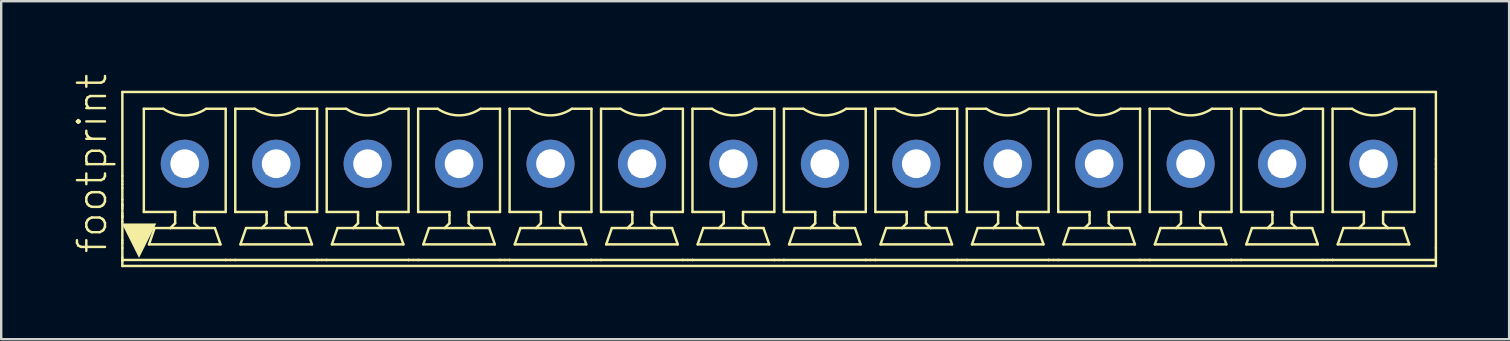
<source format=kicad_pcb>
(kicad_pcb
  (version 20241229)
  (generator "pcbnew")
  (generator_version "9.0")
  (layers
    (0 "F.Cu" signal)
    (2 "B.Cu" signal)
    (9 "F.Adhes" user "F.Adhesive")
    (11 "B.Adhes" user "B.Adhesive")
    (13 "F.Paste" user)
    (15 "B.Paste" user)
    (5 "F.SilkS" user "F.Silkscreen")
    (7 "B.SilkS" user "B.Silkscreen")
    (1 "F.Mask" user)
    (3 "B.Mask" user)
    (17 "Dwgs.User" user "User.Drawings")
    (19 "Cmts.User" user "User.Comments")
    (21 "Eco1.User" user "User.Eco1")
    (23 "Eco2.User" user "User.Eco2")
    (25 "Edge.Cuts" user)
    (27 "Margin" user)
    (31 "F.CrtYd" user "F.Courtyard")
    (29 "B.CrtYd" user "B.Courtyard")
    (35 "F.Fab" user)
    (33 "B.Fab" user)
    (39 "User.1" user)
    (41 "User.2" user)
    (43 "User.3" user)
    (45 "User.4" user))
  (footprint "footprint"
    (layer "F.Cu")
    (at 29.413 4.407)
    (property "Reference" "footprint" (at -27.94 3.175 90) (layer "F.SilkS") (effects (font (size 1.168 1.168) (thickness 0.102)) (justify left bottom)))
    (fp_line (start -27.365 -0.125) (end -27.365 -3.625) (stroke (width 0.102) (type solid)) (layer "F.SilkS"))
    (fp_line (start -27.365 0.086) (end -27.365 -0.125) (stroke (width 0.102) (type solid)) (layer "F.SilkS"))
    (fp_line (start -27.365 0.217) (end -27.365 0.086) (stroke (width 0.102) (type solid)) (layer "F.SilkS"))
    (fp_line (start -27.365 0.375) (end -27.365 0.217) (stroke (width 0.102) (type solid)) (layer "F.SilkS"))
    (fp_line (start -27.365 0.863) (end -27.365 0.375) (stroke (width 0.102) (type solid)) (layer "F.SilkS"))
    (fp_line (start -27.365 1.051) (end -27.365 0.863) (stroke (width 0.102) (type solid)) (layer "F.SilkS"))
    (fp_line (start -27.365 1.091) (end -27.365 1.051) (stroke (width 0.102) (type solid)) (layer "F.SilkS"))
    (fp_line (start -27.365 1.121) (end -27.365 1.091) (stroke (width 0.102) (type solid)) (layer "F.SilkS"))
    (fp_line (start -27.365 1.21) (end -27.365 1.121) (stroke (width 0.102) (type solid)) (layer "F.SilkS"))
    (fp_line (start -27.365 1.43) (end -27.365 1.21) (stroke (width 0.102) (type solid)) (layer "F.SilkS"))
    (fp_line (start -27.365 1.519) (end -27.365 1.43) (stroke (width 0.102) (type solid)) (layer "F.SilkS"))
    (fp_line (start -27.365 1.548) (end -27.365 1.519) (stroke (width 0.102) (type solid)) (layer "F.SilkS"))
    (fp_line (start -27.365 1.588) (end -27.365 1.548) (stroke (width 0.102) (type solid)) (layer "F.SilkS"))
    (fp_line (start -27.365 1.601) (end -27.365 1.588) (stroke (width 0.102) (type solid)) (layer "F.SilkS"))
    (fp_line (start -27.365 1.777) (end -27.365 1.601) (stroke (width 0.102) (type solid)) (layer "F.SilkS"))
    (fp_line (start -27.365 2.552) (end -27.365 1.777) (stroke (width 0.102) (type solid)) (layer "F.SilkS"))
    (fp_line (start -27.365 2.664) (end -27.365 2.552) (stroke (width 0.102) (type solid)) (layer "F.SilkS"))
    (fp_line (start -27.365 2.875) (end -27.365 2.664) (stroke (width 0.102) (type solid)) (layer "F.SilkS"))
    (fp_line (start -27.365 3.275) (end -27.365 2.875) (stroke (width 0.102) (type solid)) (layer "F.SilkS"))
    (fp_line (start -27.365 3.375) (end -27.365 3.275) (stroke (width 0.102) (type solid)) (layer "F.SilkS"))
    (fp_line (start -27.365 3.375) (end -23.061 3.375) (stroke (width 0.102) (type solid)) (layer "F.SilkS"))
    (fp_line (start -27.365 3.425) (end -27.365 3.375) (stroke (width 0.102) (type solid)) (layer "F.SilkS"))
    (fp_line (start -27.365 3.625) (end -27.365 3.425) (stroke (width 0.102) (type solid)) (layer "F.SilkS"))
    (fp_line (start -27.365 3.625) (end 27.365 3.625) (stroke (width 0.102) (type solid)) (layer "F.SilkS"))
    (fp_line (start -26.47 -2.925) (end -25.665 -2.925) (stroke (width 0.102) (type solid)) (layer "F.SilkS"))
    (fp_line (start -26.47 1.375) (end -26.47 -2.925) (stroke (width 0.102) (type solid)) (layer "F.SilkS"))
    (fp_line (start -26.255 2.725) (end -26.02 2.045) (stroke (width 0.102) (type solid)) (layer "F.SilkS"))
    (fp_line (start -26.02 2.045) (end -25.365 2.045) (stroke (width 0.102) (type solid)) (layer "F.SilkS"))
    (fp_line (start -25.365 2.045) (end -25.165 1.845) (stroke (width 0.102) (type solid)) (layer "F.SilkS"))
    (fp_line (start -25.365 2.045) (end -24.165 2.045) (stroke (width 0.102) (type solid)) (layer "F.SilkS"))
    (fp_line (start -25.165 1.375) (end -26.47 1.375) (stroke (width 0.102) (type solid)) (layer "F.SilkS"))
    (fp_line (start -25.165 1.509) (end -25.165 1.375) (stroke (width 0.102) (type solid)) (layer "F.SilkS"))
    (fp_line (start -25.165 1.845) (end -25.165 1.509) (stroke (width 0.102) (type solid)) (layer "F.SilkS"))
    (fp_line (start -24.365 1.375) (end -24.365 1.509) (stroke (width 0.102) (type solid)) (layer "F.SilkS"))
    (fp_line (start -24.365 1.509) (end -24.365 1.845) (stroke (width 0.102) (type solid)) (layer "F.SilkS"))
    (fp_line (start -24.365 1.845) (end -24.165 2.045) (stroke (width 0.102) (type solid)) (layer "F.SilkS"))
    (fp_line (start -24.165 2.045) (end -23.51 2.045) (stroke (width 0.102) (type solid)) (layer "F.SilkS"))
    (fp_line (start -23.865 -2.925) (end -23.06 -2.925) (stroke (width 0.102) (type solid)) (layer "F.SilkS"))
    (fp_line (start -23.51 2.045) (end -23.275 2.725) (stroke (width 0.102) (type solid)) (layer "F.SilkS"))
    (fp_line (start -23.275 2.725) (end -26.255 2.725) (stroke (width 0.102) (type solid)) (layer "F.SilkS"))
    (fp_line (start -23.061 3.375) (end -23.06 3.375) (stroke (width 0.102) (type solid)) (layer "F.SilkS"))
    (fp_line (start -23.06 1.375) (end -24.365 1.375) (stroke (width 0.102) (type solid)) (layer "F.SilkS"))
    (fp_line (start -23.06 1.375) (end -23.06 -2.925) (stroke (width 0.102) (type solid)) (layer "F.SilkS"))
    (fp_line (start -23.06 3.375) (end -22.86 3.375) (stroke (width 0.102) (type solid)) (layer "F.SilkS"))
    (fp_line (start -22.86 3.375) (end -22.66 3.375) (stroke (width 0.102) (type solid)) (layer "F.SilkS"))
    (fp_line (start -22.66 -2.925) (end -21.855 -2.925) (stroke (width 0.102) (type solid)) (layer "F.SilkS"))
    (fp_line (start -22.66 1.375) (end -22.66 -2.925) (stroke (width 0.102) (type solid)) (layer "F.SilkS"))
    (fp_line (start -22.66 3.375) (end -22.659 3.375) (stroke (width 0.102) (type solid)) (layer "F.SilkS"))
    (fp_line (start -22.659 3.375) (end -19.251 3.375) (stroke (width 0.102) (type solid)) (layer "F.SilkS"))
    (fp_line (start -22.445 2.725) (end -19.465 2.725) (stroke (width 0.102) (type solid)) (layer "F.SilkS"))
    (fp_line (start -22.21 2.045) (end -22.445 2.725) (stroke (width 0.102) (type solid)) (layer "F.SilkS"))
    (fp_line (start -21.555 2.045) (end -22.21 2.045) (stroke (width 0.102) (type solid)) (layer "F.SilkS"))
    (fp_line (start -21.555 2.045) (end -21.355 1.845) (stroke (width 0.102) (type solid)) (layer "F.SilkS"))
    (fp_line (start -21.555 2.045) (end -20.355 2.045) (stroke (width 0.102) (type solid)) (layer "F.SilkS"))
    (fp_line (start -21.355 1.375) (end -22.66 1.375) (stroke (width 0.102) (type solid)) (layer "F.SilkS"))
    (fp_line (start -21.355 1.375) (end -21.355 1.509) (stroke (width 0.102) (type solid)) (layer "F.SilkS"))
    (fp_line (start -21.355 1.509) (end -21.355 1.845) (stroke (width 0.102) (type solid)) (layer "F.SilkS"))
    (fp_line (start -20.555 1.375) (end -20.555 1.509) (stroke (width 0.102) (type solid)) (layer "F.SilkS"))
    (fp_line (start -20.555 1.509) (end -20.555 1.845) (stroke (width 0.102) (type solid)) (layer "F.SilkS"))
    (fp_line (start -20.555 1.845) (end -20.355 2.045) (stroke (width 0.102) (type solid)) (layer "F.SilkS"))
    (fp_line (start -20.355 2.045) (end -19.7 2.045) (stroke (width 0.102) (type solid)) (layer "F.SilkS"))
    (fp_line (start -20.055 -2.925) (end -19.25 -2.925) (stroke (width 0.102) (type solid)) (layer "F.SilkS"))
    (fp_line (start -19.7 2.045) (end -19.465 2.725) (stroke (width 0.102) (type solid)) (layer "F.SilkS"))
    (fp_line (start -19.251 3.375) (end -19.25 3.375) (stroke (width 0.102) (type solid)) (layer "F.SilkS"))
    (fp_line (start -19.25 1.375) (end -20.555 1.375) (stroke (width 0.102) (type solid)) (layer "F.SilkS"))
    (fp_line (start -19.25 1.375) (end -19.25 -2.925) (stroke (width 0.102) (type solid)) (layer "F.SilkS"))
    (fp_line (start -19.25 3.375) (end -19.05 3.375) (stroke (width 0.102) (type solid)) (layer "F.SilkS"))
    (fp_line (start -19.05 3.375) (end -18.85 3.375) (stroke (width 0.102) (type solid)) (layer "F.SilkS"))
    (fp_line (start -18.85 -2.925) (end -18.045 -2.925) (stroke (width 0.102) (type solid)) (layer "F.SilkS"))
    (fp_line (start -18.85 1.375) (end -18.85 -2.925) (stroke (width 0.102) (type solid)) (layer "F.SilkS"))
    (fp_line (start -18.85 3.375) (end -18.849 3.375) (stroke (width 0.102) (type solid)) (layer "F.SilkS"))
    (fp_line (start -18.849 3.375) (end -15.441 3.375) (stroke (width 0.102) (type solid)) (layer "F.SilkS"))
    (fp_line (start -18.635 2.725) (end -18.4 2.045) (stroke (width 0.102) (type solid)) (layer "F.SilkS"))
    (fp_line (start -17.745 2.045) (end -18.4 2.045) (stroke (width 0.102) (type solid)) (layer "F.SilkS"))
    (fp_line (start -17.745 2.045) (end -17.545 1.845) (stroke (width 0.102) (type solid)) (layer "F.SilkS"))
    (fp_line (start -17.745 2.045) (end -16.545 2.045) (stroke (width 0.102) (type solid)) (layer "F.SilkS"))
    (fp_line (start -17.545 1.375) (end -18.85 1.375) (stroke (width 0.102) (type solid)) (layer "F.SilkS"))
    (fp_line (start -17.545 1.509) (end -17.545 1.375) (stroke (width 0.102) (type solid)) (layer "F.SilkS"))
    (fp_line (start -17.545 1.509) (end -17.545 1.845) (stroke (width 0.102) (type solid)) (layer "F.SilkS"))
    (fp_line (start -16.745 1.375) (end -16.745 1.509) (stroke (width 0.102) (type solid)) (layer "F.SilkS"))
    (fp_line (start -16.745 1.509) (end -16.745 1.845) (stroke (width 0.102) (type solid)) (layer "F.SilkS"))
    (fp_line (start -16.745 1.845) (end -16.545 2.045) (stroke (width 0.102) (type solid)) (layer "F.SilkS"))
    (fp_line (start -16.245 -2.925) (end -15.44 -2.925) (stroke (width 0.102) (type solid)) (layer "F.SilkS"))
    (fp_line (start -15.89 2.045) (end -16.545 2.045) (stroke (width 0.102) (type solid)) (layer "F.SilkS"))
    (fp_line (start -15.655 2.725) (end -18.635 2.725) (stroke (width 0.102) (type solid)) (layer "F.SilkS"))
    (fp_line (start -15.655 2.725) (end -15.89 2.045) (stroke (width 0.102) (type solid)) (layer "F.SilkS"))
    (fp_line (start -15.441 3.375) (end -15.44 3.375) (stroke (width 0.102) (type solid)) (layer "F.SilkS"))
    (fp_line (start -15.44 1.375) (end -16.745 1.375) (stroke (width 0.102) (type solid)) (layer "F.SilkS"))
    (fp_line (start -15.44 1.375) (end -15.44 -2.925) (stroke (width 0.102) (type solid)) (layer "F.SilkS"))
    (fp_line (start -15.44 3.375) (end -15.24 3.375) (stroke (width 0.102) (type solid)) (layer "F.SilkS"))
    (fp_line (start -15.24 3.375) (end -15.04 3.375) (stroke (width 0.102) (type solid)) (layer "F.SilkS"))
    (fp_line (start -15.04 -2.925) (end -14.235 -2.925) (stroke (width 0.102) (type solid)) (layer "F.SilkS"))
    (fp_line (start -15.04 1.375) (end -15.04 -2.925) (stroke (width 0.102) (type solid)) (layer "F.SilkS"))
    (fp_line (start -15.04 3.375) (end -15.039 3.375) (stroke (width 0.102) (type solid)) (layer "F.SilkS"))
    (fp_line (start -15.039 3.375) (end -11.631 3.375) (stroke (width 0.102) (type solid)) (layer "F.SilkS"))
    (fp_line (start -14.825 2.725) (end -14.59 2.045) (stroke (width 0.102) (type solid)) (layer "F.SilkS"))
    (fp_line (start -14.59 2.045) (end -13.935 2.045) (stroke (width 0.102) (type solid)) (layer "F.SilkS"))
    (fp_line (start -13.935 2.045) (end -13.735 1.845) (stroke (width 0.102) (type solid)) (layer "F.SilkS"))
    (fp_line (start -13.935 2.045) (end -12.735 2.045) (stroke (width 0.102) (type solid)) (layer "F.SilkS"))
    (fp_line (start -13.735 1.375) (end -15.04 1.375) (stroke (width 0.102) (type solid)) (layer "F.SilkS"))
    (fp_line (start -13.735 1.509) (end -13.735 1.375) (stroke (width 0.102) (type solid)) (layer "F.SilkS"))
    (fp_line (start -13.735 1.509) (end -13.735 1.845) (stroke (width 0.102) (type solid)) (layer "F.SilkS"))
    (fp_line (start -12.935 1.375) (end -12.935 1.509) (stroke (width 0.102) (type solid)) (layer "F.SilkS"))
    (fp_line (start -12.935 1.509) (end -12.935 1.845) (stroke (width 0.102) (type solid)) (layer "F.SilkS"))
    (fp_line (start -12.935 1.845) (end -12.735 2.045) (stroke (width 0.102) (type solid)) (layer "F.SilkS"))
    (fp_line (start -12.735 2.045) (end -12.08 2.045) (stroke (width 0.102) (type solid)) (layer "F.SilkS"))
    (fp_line (start -12.435 -2.925) (end -11.63 -2.925) (stroke (width 0.102) (type solid)) (layer "F.SilkS"))
    (fp_line (start -11.845 2.725) (end -14.825 2.725) (stroke (width 0.102) (type solid)) (layer "F.SilkS"))
    (fp_line (start -11.845 2.725) (end -12.08 2.045) (stroke (width 0.102) (type solid)) (layer "F.SilkS"))
    (fp_line (start -11.631 3.375) (end -11.63 3.375) (stroke (width 0.102) (type solid)) (layer "F.SilkS"))
    (fp_line (start -11.63 1.375) (end -12.935 1.375) (stroke (width 0.102) (type solid)) (layer "F.SilkS"))
    (fp_line (start -11.63 1.375) (end -11.63 -2.925) (stroke (width 0.102) (type solid)) (layer "F.SilkS"))
    (fp_line (start -11.63 3.375) (end -11.43 3.375) (stroke (width 0.102) (type solid)) (layer "F.SilkS"))
    (fp_line (start -11.43 3.375) (end -11.23 3.375) (stroke (width 0.102) (type solid)) (layer "F.SilkS"))
    (fp_line (start -11.23 -2.925) (end -10.425 -2.925) (stroke (width 0.102) (type solid)) (layer "F.SilkS"))
    (fp_line (start -11.23 1.375) (end -11.23 -2.925) (stroke (width 0.102) (type solid)) (layer "F.SilkS"))
    (fp_line (start -11.23 3.375) (end -11.229 3.375) (stroke (width 0.102) (type solid)) (layer "F.SilkS"))
    (fp_line (start -11.229 3.375) (end -7.821 3.375) (stroke (width 0.102) (type solid)) (layer "F.SilkS"))
    (fp_line (start -11.015 2.725) (end -10.78 2.045) (stroke (width 0.102) (type solid)) (layer "F.SilkS"))
    (fp_line (start -11.015 2.725) (end -8.035 2.725) (stroke (width 0.102) (type solid)) (layer "F.SilkS"))
    (fp_line (start -10.78 2.045) (end -10.125 2.045) (stroke (width 0.102) (type solid)) (layer "F.SilkS"))
    (fp_line (start -10.125 2.045) (end -9.925 1.845) (stroke (width 0.102) (type solid)) (layer "F.SilkS"))
    (fp_line (start -10.125 2.045) (end -8.925 2.045) (stroke (width 0.102) (type solid)) (layer "F.SilkS"))
    (fp_line (start -9.925 1.375) (end -11.23 1.375) (stroke (width 0.102) (type solid)) (layer "F.SilkS"))
    (fp_line (start -9.925 1.509) (end -9.925 1.375) (stroke (width 0.102) (type solid)) (layer "F.SilkS"))
    (fp_line (start -9.925 1.509) (end -9.925 1.845) (stroke (width 0.102) (type solid)) (layer "F.SilkS"))
    (fp_line (start -9.125 1.375) (end -9.125 1.509) (stroke (width 0.102) (type solid)) (layer "F.SilkS"))
    (fp_line (start -9.125 1.509) (end -9.125 1.845) (stroke (width 0.102) (type solid)) (layer "F.SilkS"))
    (fp_line (start -9.125 1.845) (end -8.925 2.045) (stroke (width 0.102) (type solid)) (layer "F.SilkS"))
    (fp_line (start -8.925 2.045) (end -8.27 2.045) (stroke (width 0.102) (type solid)) (layer "F.SilkS"))
    (fp_line (start -8.625 -2.925) (end -7.82 -2.925) (stroke (width 0.102) (type solid)) (layer "F.SilkS"))
    (fp_line (start -8.035 2.725) (end -8.27 2.045) (stroke (width 0.102) (type solid)) (layer "F.SilkS"))
    (fp_line (start -7.821 3.375) (end -7.82 3.375) (stroke (width 0.102) (type solid)) (layer "F.SilkS"))
    (fp_line (start -7.82 1.375) (end -9.125 1.375) (stroke (width 0.102) (type solid)) (layer "F.SilkS"))
    (fp_line (start -7.82 1.375) (end -7.82 -2.925) (stroke (width 0.102) (type solid)) (layer "F.SilkS"))
    (fp_line (start -7.82 3.375) (end -7.62 3.375) (stroke (width 0.102) (type solid)) (layer "F.SilkS"))
    (fp_line (start -7.62 3.375) (end -7.42 3.375) (stroke (width 0.102) (type solid)) (layer "F.SilkS"))
    (fp_line (start -7.42 -2.925) (end -6.615 -2.925) (stroke (width 0.102) (type solid)) (layer "F.SilkS"))
    (fp_line (start -7.42 1.375) (end -7.42 -2.925) (stroke (width 0.102) (type solid)) (layer "F.SilkS"))
    (fp_line (start -7.42 3.375) (end -7.419 3.375) (stroke (width 0.102) (type solid)) (layer "F.SilkS"))
    (fp_line (start -7.419 3.375) (end -4.011 3.375) (stroke (width 0.102) (type solid)) (layer "F.SilkS"))
    (fp_line (start -7.205 2.725) (end -6.97 2.045) (stroke (width 0.102) (type solid)) (layer "F.SilkS"))
    (fp_line (start -7.205 2.725) (end -4.225 2.725) (stroke (width 0.102) (type solid)) (layer "F.SilkS"))
    (fp_line (start -6.315 2.045) (end -6.97 2.045) (stroke (width 0.102) (type solid)) (layer "F.SilkS"))
    (fp_line (start -6.315 2.045) (end -6.115 1.845) (stroke (width 0.102) (type solid)) (layer "F.SilkS"))
    (fp_line (start -6.315 2.045) (end -5.115 2.045) (stroke (width 0.102) (type solid)) (layer "F.SilkS"))
    (fp_line (start -6.115 1.375) (end -7.42 1.375) (stroke (width 0.102) (type solid)) (layer "F.SilkS"))
    (fp_line (start -6.115 1.509) (end -6.115 1.375) (stroke (width 0.102) (type solid)) (layer "F.SilkS"))
    (fp_line (start -6.115 1.509) (end -6.115 1.845) (stroke (width 0.102) (type solid)) (layer "F.SilkS"))
    (fp_line (start -5.315 1.375) (end -5.315 1.509) (stroke (width 0.102) (type solid)) (layer "F.SilkS"))
    (fp_line (start -5.315 1.509) (end -5.315 1.845) (stroke (width 0.102) (type solid)) (layer "F.SilkS"))
    (fp_line (start -5.315 1.845) (end -5.115 2.045) (stroke (width 0.102) (type solid)) (layer "F.SilkS"))
    (fp_line (start -4.815 -2.925) (end -4.01 -2.925) (stroke (width 0.102) (type solid)) (layer "F.SilkS"))
    (fp_line (start -4.46 2.045) (end -5.115 2.045) (stroke (width 0.102) (type solid)) (layer "F.SilkS"))
    (fp_line (start -4.225 2.725) (end -4.46 2.045) (stroke (width 0.102) (type solid)) (layer "F.SilkS"))
    (fp_line (start -4.011 3.375) (end -4.01 3.375) (stroke (width 0.102) (type solid)) (layer "F.SilkS"))
    (fp_line (start -4.01 1.375) (end -5.315 1.375) (stroke (width 0.102) (type solid)) (layer "F.SilkS"))
    (fp_line (start -4.01 1.375) (end -4.01 -2.925) (stroke (width 0.102) (type solid)) (layer "F.SilkS"))
    (fp_line (start -4.01 3.375) (end -3.81 3.375) (stroke (width 0.102) (type solid)) (layer "F.SilkS"))
    (fp_line (start -3.81 3.375) (end -3.61 3.375) (stroke (width 0.102) (type solid)) (layer "F.SilkS"))
    (fp_line (start -3.61 -2.925) (end -2.805 -2.925) (stroke (width 0.102) (type solid)) (layer "F.SilkS"))
    (fp_line (start -3.61 1.375) (end -3.61 -2.925) (stroke (width 0.102) (type solid)) (layer "F.SilkS"))
    (fp_line (start -3.61 3.375) (end -3.609 3.375) (stroke (width 0.102) (type solid)) (layer "F.SilkS"))
    (fp_line (start -3.609 3.375) (end -0.201 3.375) (stroke (width 0.102) (type solid)) (layer "F.SilkS"))
    (fp_line (start -3.395 2.725) (end -3.16 2.045) (stroke (width 0.102) (type solid)) (layer "F.SilkS"))
    (fp_line (start -3.395 2.725) (end -0.415 2.725) (stroke (width 0.102) (type solid)) (layer "F.SilkS"))
    (fp_line (start -3.16 2.045) (end -2.505 2.045) (stroke (width 0.102) (type solid)) (layer "F.SilkS"))
    (fp_line (start -2.505 2.045) (end -2.305 1.845) (stroke (width 0.102) (type solid)) (layer "F.SilkS"))
    (fp_line (start -2.505 2.045) (end -1.305 2.045) (stroke (width 0.102) (type solid)) (layer "F.SilkS"))
    (fp_line (start -2.305 1.375) (end -3.61 1.375) (stroke (width 0.102) (type solid)) (layer "F.SilkS"))
    (fp_line (start -2.305 1.509) (end -2.305 1.375) (stroke (width 0.102) (type solid)) (layer "F.SilkS"))
    (fp_line (start -2.305 1.509) (end -2.305 1.845) (stroke (width 0.102) (type solid)) (layer "F.SilkS"))
    (fp_line (start -1.505 1.375) (end -1.505 1.509) (stroke (width 0.102) (type solid)) (layer "F.SilkS"))
    (fp_line (start -1.505 1.509) (end -1.505 1.845) (stroke (width 0.102) (type solid)) (layer "F.SilkS"))
    (fp_line (start -1.505 1.845) (end -1.305 2.045) (stroke (width 0.102) (type solid)) (layer "F.SilkS"))
    (fp_line (start -1.305 2.045) (end -0.65 2.045) (stroke (width 0.102) (type solid)) (layer "F.SilkS"))
    (fp_line (start -1.005 -2.925) (end -0.2 -2.925) (stroke (width 0.102) (type solid)) (layer "F.SilkS"))
    (fp_line (start -0.415 2.725) (end -0.65 2.045) (stroke (width 0.102) (type solid)) (layer "F.SilkS"))
    (fp_line (start -0.201 3.375) (end -0.2 3.375) (stroke (width 0.102) (type solid)) (layer "F.SilkS"))
    (fp_line (start -0.2 1.375) (end -1.505 1.375) (stroke (width 0.102) (type solid)) (layer "F.SilkS"))
    (fp_line (start -0.2 1.375) (end -0.2 -2.925) (stroke (width 0.102) (type solid)) (layer "F.SilkS"))
    (fp_line (start -0.2 3.375) (end 0 3.375) (stroke (width 0.102) (type solid)) (layer "F.SilkS"))
    (fp_line (start 0 3.375) (end 0.2 3.375) (stroke (width 0.102) (type solid)) (layer "F.SilkS"))
    (fp_line (start 0.2 -2.925) (end 1.005 -2.925) (stroke (width 0.102) (type solid)) (layer "F.SilkS"))
    (fp_line (start 0.2 1.375) (end 0.2 -2.925) (stroke (width 0.102) (type solid)) (layer "F.SilkS"))
    (fp_line (start 0.2 3.375) (end 0.201 3.375) (stroke (width 0.102) (type solid)) (layer "F.SilkS"))
    (fp_line (start 0.201 3.375) (end 3.609 3.375) (stroke (width 0.102) (type solid)) (layer "F.SilkS"))
    (fp_line (start 0.415 2.725) (end 0.65 2.045) (stroke (width 0.102) (type solid)) (layer "F.SilkS"))
    (fp_line (start 0.415 2.725) (end 3.395 2.725) (stroke (width 0.102) (type solid)) (layer "F.SilkS"))
    (fp_line (start 1.305 2.045) (end 0.65 2.045) (stroke (width 0.102) (type solid)) (layer "F.SilkS"))
    (fp_line (start 1.305 2.045) (end 1.505 1.845) (stroke (width 0.102) (type solid)) (layer "F.SilkS"))
    (fp_line (start 1.305 2.045) (end 2.505 2.045) (stroke (width 0.102) (type solid)) (layer "F.SilkS"))
    (fp_line (start 1.505 1.375) (end 0.2 1.375) (stroke (width 0.102) (type solid)) (layer "F.SilkS"))
    (fp_line (start 1.505 1.509) (end 1.505 1.375) (stroke (width 0.102) (type solid)) (layer "F.SilkS"))
    (fp_line (start 1.505 1.509) (end 1.505 1.845) (stroke (width 0.102) (type solid)) (layer "F.SilkS"))
    (fp_line (start 2.305 1.375) (end 2.305 1.509) (stroke (width 0.102) (type solid)) (layer "F.SilkS"))
    (fp_line (start 2.305 1.509) (end 2.305 1.845) (stroke (width 0.102) (type solid)) (layer "F.SilkS"))
    (fp_line (start 2.305 1.845) (end 2.505 2.045) (stroke (width 0.102) (type solid)) (layer "F.SilkS"))
    (fp_line (start 2.805 -2.925) (end 3.61 -2.925) (stroke (width 0.102) (type solid)) (layer "F.SilkS"))
    (fp_line (start 3.16 2.045) (end 2.505 2.045) (stroke (width 0.102) (type solid)) (layer "F.SilkS"))
    (fp_line (start 3.395 2.725) (end 3.16 2.045) (stroke (width 0.102) (type solid)) (layer "F.SilkS"))
    (fp_line (start 3.609 3.375) (end 3.61 3.375) (stroke (width 0.102) (type solid)) (layer "F.SilkS"))
    (fp_line (start 3.61 1.375) (end 2.305 1.375) (stroke (width 0.102) (type solid)) (layer "F.SilkS"))
    (fp_line (start 3.61 1.375) (end 3.61 -2.925) (stroke (width 0.102) (type solid)) (layer "F.SilkS"))
    (fp_line (start 3.61 3.375) (end 3.81 3.375) (stroke (width 0.102) (type solid)) (layer "F.SilkS"))
    (fp_line (start 3.81 3.375) (end 4.01 3.375) (stroke (width 0.102) (type solid)) (layer "F.SilkS"))
    (fp_line (start 4.01 -2.925) (end 4.815 -2.925) (stroke (width 0.102) (type solid)) (layer "F.SilkS"))
    (fp_line (start 4.01 1.375) (end 4.01 -2.925) (stroke (width 0.102) (type solid)) (layer "F.SilkS"))
    (fp_line (start 4.01 3.375) (end 4.011 3.375) (stroke (width 0.102) (type solid)) (layer "F.SilkS"))
    (fp_line (start 4.011 3.375) (end 7.419 3.375) (stroke (width 0.102) (type solid)) (layer "F.SilkS"))
    (fp_line (start 4.225 2.725) (end 4.46 2.045) (stroke (width 0.102) (type solid)) (layer "F.SilkS"))
    (fp_line (start 4.225 2.725) (end 7.205 2.725) (stroke (width 0.102) (type solid)) (layer "F.SilkS"))
    (fp_line (start 4.46 2.045) (end 5.115 2.045) (stroke (width 0.102) (type solid)) (layer "F.SilkS"))
    (fp_line (start 5.115 2.045) (end 5.315 1.845) (stroke (width 0.102) (type solid)) (layer "F.SilkS"))
    (fp_line (start 5.115 2.045) (end 6.315 2.045) (stroke (width 0.102) (type solid)) (layer "F.SilkS"))
    (fp_line (start 5.315 1.375) (end 4.01 1.375) (stroke (width 0.102) (type solid)) (layer "F.SilkS"))
    (fp_line (start 5.315 1.509) (end 5.315 1.375) (stroke (width 0.102) (type solid)) (layer "F.SilkS"))
    (fp_line (start 5.315 1.509) (end 5.315 1.845) (stroke (width 0.102) (type solid)) (layer "F.SilkS"))
    (fp_line (start 6.115 1.375) (end 6.115 1.509) (stroke (width 0.102) (type solid)) (layer "F.SilkS"))
    (fp_line (start 6.115 1.509) (end 6.115 1.845) (stroke (width 0.102) (type solid)) (layer "F.SilkS"))
    (fp_line (start 6.115 1.845) (end 6.315 2.045) (stroke (width 0.102) (type solid)) (layer "F.SilkS"))
    (fp_line (start 6.315 2.045) (end 6.97 2.045) (stroke (width 0.102) (type solid)) (layer "F.SilkS"))
    (fp_line (start 6.615 -2.925) (end 7.42 -2.925) (stroke (width 0.102) (type solid)) (layer "F.SilkS"))
    (fp_line (start 7.205 2.725) (end 6.97 2.045) (stroke (width 0.102) (type solid)) (layer "F.SilkS"))
    (fp_line (start 7.419 3.375) (end 7.42 3.375) (stroke (width 0.102) (type solid)) (layer "F.SilkS"))
    (fp_line (start 7.42 1.375) (end 6.115 1.375) (stroke (width 0.102) (type solid)) (layer "F.SilkS"))
    (fp_line (start 7.42 1.375) (end 7.42 -2.925) (stroke (width 0.102) (type solid)) (layer "F.SilkS"))
    (fp_line (start 7.42 3.375) (end 7.62 3.375) (stroke (width 0.102) (type solid)) (layer "F.SilkS"))
    (fp_line (start 7.62 3.375) (end 7.82 3.375) (stroke (width 0.102) (type solid)) (layer "F.SilkS"))
    (fp_line (start 7.82 -2.925) (end 8.625 -2.925) (stroke (width 0.102) (type solid)) (layer "F.SilkS"))
    (fp_line (start 7.82 1.375) (end 7.82 -2.925) (stroke (width 0.102) (type solid)) (layer "F.SilkS"))
    (fp_line (start 7.82 3.375) (end 7.821 3.375) (stroke (width 0.102) (type solid)) (layer "F.SilkS"))
    (fp_line (start 7.821 3.375) (end 11.229 3.375) (stroke (width 0.102) (type solid)) (layer "F.SilkS"))
    (fp_line (start 8.035 2.725) (end 8.27 2.045) (stroke (width 0.102) (type solid)) (layer "F.SilkS"))
    (fp_line (start 8.925 2.045) (end 8.27 2.045) (stroke (width 0.102) (type solid)) (layer "F.SilkS"))
    (fp_line (start 8.925 2.045) (end 9.125 1.845) (stroke (width 0.102) (type solid)) (layer "F.SilkS"))
    (fp_line (start 9.125 1.375) (end 7.82 1.375) (stroke (width 0.102) (type solid)) (layer "F.SilkS"))
    (fp_line (start 9.125 1.509) (end 9.125 1.375) (stroke (width 0.102) (type solid)) (layer "F.SilkS"))
    (fp_line (start 9.125 1.509) (end 9.125 1.845) (stroke (width 0.102) (type solid)) (layer "F.SilkS"))
    (fp_line (start 9.925 1.375) (end 9.925 1.509) (stroke (width 0.102) (type solid)) (layer "F.SilkS"))
    (fp_line (start 9.925 1.509) (end 9.925 1.845) (stroke (width 0.102) (type solid)) (layer "F.SilkS"))
    (fp_line (start 9.925 1.845) (end 10.125 2.045) (stroke (width 0.102) (type solid)) (layer "F.SilkS"))
    (fp_line (start 10.125 2.045) (end 8.925 2.045) (stroke (width 0.102) (type solid)) (layer "F.SilkS"))
    (fp_line (start 10.425 -2.925) (end 11.23 -2.925) (stroke (width 0.102) (type solid)) (layer "F.SilkS"))
    (fp_line (start 10.78 2.045) (end 10.125 2.045) (stroke (width 0.102) (type solid)) (layer "F.SilkS"))
    (fp_line (start 11.015 2.725) (end 8.035 2.725) (stroke (width 0.102) (type solid)) (layer "F.SilkS"))
    (fp_line (start 11.015 2.725) (end 10.78 2.045) (stroke (width 0.102) (type solid)) (layer "F.SilkS"))
    (fp_line (start 11.229 3.375) (end 11.23 3.375) (stroke (width 0.102) (type solid)) (layer "F.SilkS"))
    (fp_line (start 11.23 1.375) (end 9.925 1.375) (stroke (width 0.102) (type solid)) (layer "F.SilkS"))
    (fp_line (start 11.23 1.375) (end 11.23 -2.925) (stroke (width 0.102) (type solid)) (layer "F.SilkS"))
    (fp_line (start 11.23 3.375) (end 11.43 3.375) (stroke (width 0.102) (type solid)) (layer "F.SilkS"))
    (fp_line (start 11.43 3.375) (end 11.63 3.375) (stroke (width 0.102) (type solid)) (layer "F.SilkS"))
    (fp_line (start 11.63 -2.925) (end 12.435 -2.925) (stroke (width 0.102) (type solid)) (layer "F.SilkS"))
    (fp_line (start 11.63 1.375) (end 11.63 -2.925) (stroke (width 0.102) (type solid)) (layer "F.SilkS"))
    (fp_line (start 11.63 3.375) (end 11.631 3.375) (stroke (width 0.102) (type solid)) (layer "F.SilkS"))
    (fp_line (start 11.631 3.375) (end 15.039 3.375) (stroke (width 0.102) (type solid)) (layer "F.SilkS"))
    (fp_line (start 11.845 2.725) (end 12.08 2.045) (stroke (width 0.102) (type solid)) (layer "F.SilkS"))
    (fp_line (start 12.735 2.045) (end 12.08 2.045) (stroke (width 0.102) (type solid)) (layer "F.SilkS"))
    (fp_line (start 12.735 2.045) (end 12.935 1.845) (stroke (width 0.102) (type solid)) (layer "F.SilkS"))
    (fp_line (start 12.735 2.045) (end 13.935 2.045) (stroke (width 0.102) (type solid)) (layer "F.SilkS"))
    (fp_line (start 12.935 1.375) (end 11.63 1.375) (stroke (width 0.102) (type solid)) (layer "F.SilkS"))
    (fp_line (start 12.935 1.509) (end 12.935 1.375) (stroke (width 0.102) (type solid)) (layer "F.SilkS"))
    (fp_line (start 12.935 1.509) (end 12.935 1.845) (stroke (width 0.102) (type solid)) (layer "F.SilkS"))
    (fp_line (start 13.735 1.375) (end 13.735 1.509) (stroke (width 0.102) (type solid)) (layer "F.SilkS"))
    (fp_line (start 13.735 1.509) (end 13.735 1.845) (stroke (width 0.102) (type solid)) (layer "F.SilkS"))
    (fp_line (start 13.735 1.845) (end 13.935 2.045) (stroke (width 0.102) (type solid)) (layer "F.SilkS"))
    (fp_line (start 14.235 -2.925) (end 15.04 -2.925) (stroke (width 0.102) (type solid)) (layer "F.SilkS"))
    (fp_line (start 14.59 2.045) (end 13.935 2.045) (stroke (width 0.102) (type solid)) (layer "F.SilkS"))
    (fp_line (start 14.825 2.725) (end 11.845 2.725) (stroke (width 0.102) (type solid)) (layer "F.SilkS"))
    (fp_line (start 14.825 2.725) (end 14.59 2.045) (stroke (width 0.102) (type solid)) (layer "F.SilkS"))
    (fp_line (start 15.039 3.375) (end 15.04 3.375) (stroke (width 0.102) (type solid)) (layer "F.SilkS"))
    (fp_line (start 15.04 1.375) (end 13.735 1.375) (stroke (width 0.102) (type solid)) (layer "F.SilkS"))
    (fp_line (start 15.04 1.375) (end 15.04 -2.925) (stroke (width 0.102) (type solid)) (layer "F.SilkS"))
    (fp_line (start 15.04 3.375) (end 15.24 3.375) (stroke (width 0.102) (type solid)) (layer "F.SilkS"))
    (fp_line (start 15.24 3.375) (end 15.44 3.375) (stroke (width 0.102) (type solid)) (layer "F.SilkS"))
    (fp_line (start 15.44 -2.925) (end 16.245 -2.925) (stroke (width 0.102) (type solid)) (layer "F.SilkS"))
    (fp_line (start 15.44 1.375) (end 15.44 -2.925) (stroke (width 0.102) (type solid)) (layer "F.SilkS"))
    (fp_line (start 15.44 3.375) (end 15.441 3.375) (stroke (width 0.102) (type solid)) (layer "F.SilkS"))
    (fp_line (start 15.441 3.375) (end 18.849 3.375) (stroke (width 0.102) (type solid)) (layer "F.SilkS"))
    (fp_line (start 15.655 2.725) (end 15.89 2.045) (stroke (width 0.102) (type solid)) (layer "F.SilkS"))
    (fp_line (start 15.655 2.725) (end 18.635 2.725) (stroke (width 0.102) (type solid)) (layer "F.SilkS"))
    (fp_line (start 16.545 2.045) (end 15.89 2.045) (stroke (width 0.102) (type solid)) (layer "F.SilkS"))
    (fp_line (start 16.545 2.045) (end 16.745 1.845) (stroke (width 0.102) (type solid)) (layer "F.SilkS"))
    (fp_line (start 16.545 2.045) (end 17.745 2.045) (stroke (width 0.102) (type solid)) (layer "F.SilkS"))
    (fp_line (start 16.745 1.375) (end 15.44 1.375) (stroke (width 0.102) (type solid)) (layer "F.SilkS"))
    (fp_line (start 16.745 1.509) (end 16.745 1.375) (stroke (width 0.102) (type solid)) (layer "F.SilkS"))
    (fp_line (start 16.745 1.509) (end 16.745 1.845) (stroke (width 0.102) (type solid)) (layer "F.SilkS"))
    (fp_line (start 17.545 1.375) (end 17.545 1.509) (stroke (width 0.102) (type solid)) (layer "F.SilkS"))
    (fp_line (start 17.545 1.509) (end 17.545 1.845) (stroke (width 0.102) (type solid)) (layer "F.SilkS"))
    (fp_line (start 17.545 1.845) (end 17.745 2.045) (stroke (width 0.102) (type solid)) (layer "F.SilkS"))
    (fp_line (start 18.045 -2.925) (end 18.85 -2.925) (stroke (width 0.102) (type solid)) (layer "F.SilkS"))
    (fp_line (start 18.4 2.045) (end 17.745 2.045) (stroke (width 0.102) (type solid)) (layer "F.SilkS"))
    (fp_line (start 18.635 2.725) (end 18.4 2.045) (stroke (width 0.102) (type solid)) (layer "F.SilkS"))
    (fp_line (start 18.849 3.375) (end 18.85 3.375) (stroke (width 0.102) (type solid)) (layer "F.SilkS"))
    (fp_line (start 18.85 1.375) (end 17.545 1.375) (stroke (width 0.102) (type solid)) (layer "F.SilkS"))
    (fp_line (start 18.85 1.375) (end 18.85 -2.925) (stroke (width 0.102) (type solid)) (layer "F.SilkS"))
    (fp_line (start 18.85 3.375) (end 19.05 3.375) (stroke (width 0.102) (type solid)) (layer "F.SilkS"))
    (fp_line (start 19.05 3.375) (end 19.25 3.375) (stroke (width 0.102) (type solid)) (layer "F.SilkS"))
    (fp_line (start 19.25 -2.925) (end 20.055 -2.925) (stroke (width 0.102) (type solid)) (layer "F.SilkS"))
    (fp_line (start 19.25 1.375) (end 19.25 -2.925) (stroke (width 0.102) (type solid)) (layer "F.SilkS"))
    (fp_line (start 19.25 3.375) (end 19.251 3.375) (stroke (width 0.102) (type solid)) (layer "F.SilkS"))
    (fp_line (start 19.251 3.375) (end 22.659 3.375) (stroke (width 0.102) (type solid)) (layer "F.SilkS"))
    (fp_line (start 19.465 2.725) (end 19.7 2.045) (stroke (width 0.102) (type solid)) (layer "F.SilkS"))
    (fp_line (start 19.7 2.045) (end 20.355 2.045) (stroke (width 0.102) (type solid)) (layer "F.SilkS"))
    (fp_line (start 20.355 2.045) (end 20.555 1.845) (stroke (width 0.102) (type solid)) (layer "F.SilkS"))
    (fp_line (start 20.355 2.045) (end 21.555 2.045) (stroke (width 0.102) (type solid)) (layer "F.SilkS"))
    (fp_line (start 20.555 1.375) (end 19.25 1.375) (stroke (width 0.102) (type solid)) (layer "F.SilkS"))
    (fp_line (start 20.555 1.509) (end 20.555 1.375) (stroke (width 0.102) (type solid)) (layer "F.SilkS"))
    (fp_line (start 20.555 1.509) (end 20.555 1.845) (stroke (width 0.102) (type solid)) (layer "F.SilkS"))
    (fp_line (start 21.355 1.375) (end 21.355 1.509) (stroke (width 0.102) (type solid)) (layer "F.SilkS"))
    (fp_line (start 21.355 1.509) (end 21.355 1.845) (stroke (width 0.102) (type solid)) (layer "F.SilkS"))
    (fp_line (start 21.355 1.845) (end 21.555 2.045) (stroke (width 0.102) (type solid)) (layer "F.SilkS"))
    (fp_line (start 21.555 2.045) (end 22.21 2.045) (stroke (width 0.102) (type solid)) (layer "F.SilkS"))
    (fp_line (start 21.855 -2.925) (end 22.66 -2.925) (stroke (width 0.102) (type solid)) (layer "F.SilkS"))
    (fp_line (start 22.445 2.725) (end 19.465 2.725) (stroke (width 0.102) (type solid)) (layer "F.SilkS"))
    (fp_line (start 22.445 2.725) (end 22.21 2.045) (stroke (width 0.102) (type solid)) (layer "F.SilkS"))
    (fp_line (start 22.659 3.375) (end 22.66 3.375) (stroke (width 0.102) (type solid)) (layer "F.SilkS"))
    (fp_line (start 22.66 1.375) (end 21.355 1.375) (stroke (width 0.102) (type solid)) (layer "F.SilkS"))
    (fp_line (start 22.66 1.375) (end 22.66 -2.925) (stroke (width 0.102) (type solid)) (layer "F.SilkS"))
    (fp_line (start 22.66 3.375) (end 22.86 3.375) (stroke (width 0.102) (type solid)) (layer "F.SilkS"))
    (fp_line (start 22.86 3.375) (end 23.06 3.375) (stroke (width 0.102) (type solid)) (layer "F.SilkS"))
    (fp_line (start 23.06 -2.925) (end 23.865 -2.925) (stroke (width 0.102) (type solid)) (layer "F.SilkS"))
    (fp_line (start 23.06 1.375) (end 23.06 -2.925) (stroke (width 0.102) (type solid)) (layer "F.SilkS"))
    (fp_line (start 23.06 3.375) (end 23.061 3.375) (stroke (width 0.102) (type solid)) (layer "F.SilkS"))
    (fp_line (start 23.061 3.375) (end 27.365 3.375) (stroke (width 0.102) (type solid)) (layer "F.SilkS"))
    (fp_line (start 23.275 2.725) (end 23.51 2.045) (stroke (width 0.102) (type solid)) (layer "F.SilkS"))
    (fp_line (start 24.165 2.045) (end 23.51 2.045) (stroke (width 0.102) (type solid)) (layer "F.SilkS"))
    (fp_line (start 24.165 2.045) (end 24.365 1.845) (stroke (width 0.102) (type solid)) (layer "F.SilkS"))
    (fp_line (start 24.365 1.375) (end 23.06 1.375) (stroke (width 0.102) (type solid)) (layer "F.SilkS"))
    (fp_line (start 24.365 1.509) (end 24.365 1.375) (stroke (width 0.102) (type solid)) (layer "F.SilkS"))
    (fp_line (start 24.365 1.509) (end 24.365 1.845) (stroke (width 0.102) (type solid)) (layer "F.SilkS"))
    (fp_line (start 25.165 1.375) (end 25.165 1.509) (stroke (width 0.102) (type solid)) (layer "F.SilkS"))
    (fp_line (start 25.165 1.509) (end 25.165 1.845) (stroke (width 0.102) (type solid)) (layer "F.SilkS"))
    (fp_line (start 25.165 1.845) (end 25.365 2.045) (stroke (width 0.102) (type solid)) (layer "F.SilkS"))
    (fp_line (start 25.365 2.045) (end 24.165 2.045) (stroke (width 0.102) (type solid)) (layer "F.SilkS"))
    (fp_line (start 25.665 -2.925) (end 26.47 -2.925) (stroke (width 0.102) (type solid)) (layer "F.SilkS"))
    (fp_line (start 26.02 2.045) (end 25.365 2.045) (stroke (width 0.102) (type solid)) (layer "F.SilkS"))
    (fp_line (start 26.02 2.045) (end 26.255 2.725) (stroke (width 0.102) (type solid)) (layer "F.SilkS"))
    (fp_line (start 26.255 2.725) (end 23.275 2.725) (stroke (width 0.102) (type solid)) (layer "F.SilkS"))
    (fp_line (start 26.47 1.375) (end 25.165 1.375) (stroke (width 0.102) (type solid)) (layer "F.SilkS"))
    (fp_line (start 26.47 1.375) (end 26.47 -2.925) (stroke (width 0.102) (type solid)) (layer "F.SilkS"))
    (fp_line (start 27.365 -3.625) (end -27.365 -3.625) (stroke (width 0.102) (type solid)) (layer "F.SilkS"))
    (fp_line (start 27.365 -0.826) (end 27.365 -3.625) (stroke (width 0.102) (type solid)) (layer "F.SilkS"))
    (fp_line (start 27.365 -0.625) (end 27.365 -0.826) (stroke (width 0.102) (type solid)) (layer "F.SilkS"))
    (fp_line (start 27.365 -0.424) (end 27.365 -0.625) (stroke (width 0.102) (type solid)) (layer "F.SilkS"))
    (fp_line (start 27.365 2.875) (end 27.365 -0.424) (stroke (width 0.102) (type solid)) (layer "F.SilkS"))
    (fp_line (start 27.365 3.275) (end 27.365 2.875) (stroke (width 0.102) (type solid)) (layer "F.SilkS"))
    (fp_line (start 27.365 3.375) (end 27.365 3.275) (stroke (width 0.102) (type solid)) (layer "F.SilkS"))
    (fp_line (start 27.365 3.425) (end 27.365 3.375) (stroke (width 0.102) (type solid)) (layer "F.SilkS"))
    (fp_line (start 27.365 3.625) (end 27.365 3.425) (stroke (width 0.102) (type solid)) (layer "F.SilkS"))
    (fp_arc (start -23.88 -2.925) (mid -24.7675 -2.649947) (end -25.655 -2.925) (stroke (width 0.1016) (type solid)) (layer "F.SilkS"))
    (fp_arc (start -20.07 -2.925) (mid -20.9575 -2.649947) (end -21.845 -2.925) (stroke (width 0.1016) (type solid)) (layer "F.SilkS"))
    (fp_arc (start -16.26 -2.925) (mid -17.1475 -2.649947) (end -18.035 -2.925) (stroke (width 0.1016) (type solid)) (layer "F.SilkS"))
    (fp_arc (start -12.45 -2.925) (mid -13.3375 -2.649947) (end -14.225 -2.925) (stroke (width 0.1016) (type solid)) (layer "F.SilkS"))
    (fp_arc (start -8.64 -2.925) (mid -9.5275 -2.649947) (end -10.415 -2.925) (stroke (width 0.1016) (type solid)) (layer "F.SilkS"))
    (fp_arc (start -4.83 -2.925) (mid -5.7175 -2.649947) (end -6.605 -2.925) (stroke (width 0.1016) (type solid)) (layer "F.SilkS"))
    (fp_arc (start -1.02 -2.925) (mid -1.9075 -2.649947) (end -2.795 -2.925) (stroke (width 0.1016) (type solid)) (layer "F.SilkS"))
    (fp_arc (start 2.79 -2.925) (mid 1.9025 -2.649947) (end 1.015 -2.925) (stroke (width 0.1016) (type solid)) (layer "F.SilkS"))
    (fp_arc (start 6.6 -2.925) (mid 5.7125 -2.649947) (end 4.825 -2.925) (stroke (width 0.1016) (type solid)) (layer "F.SilkS"))
    (fp_arc (start 10.41 -2.925) (mid 9.5225 -2.649947) (end 8.635 -2.925) (stroke (width 0.1016) (type solid)) (layer "F.SilkS"))
    (fp_arc (start 14.22 -2.925) (mid 13.3325 -2.649947) (end 12.445 -2.925) (stroke (width 0.1016) (type solid)) (layer "F.SilkS"))
    (fp_arc (start 18.03 -2.925) (mid 17.1425 -2.649947) (end 16.255 -2.925) (stroke (width 0.1016) (type solid)) (layer "F.SilkS"))
    (fp_arc (start 21.84 -2.925) (mid 20.9525 -2.649947) (end 20.065 -2.925) (stroke (width 0.1016) (type solid)) (layer "F.SilkS"))
    (fp_arc (start 25.65 -2.925) (mid 24.7625 -2.649947) (end 23.875 -2.925) (stroke (width 0.1016) (type solid)) (layer "F.SilkS"))
    (fp_poly (pts (xy -26.67 3.289) (xy -27.387 1.854) (xy -25.953 1.854)) (stroke (width 0) (type solid)) (fill yes) (layer "F.SilkS"))
    (fp_line (start -25.165 -1.025) (end -25.165 -0.225) (stroke (width 0.102) (type solid)) (layer "F.Fab"))
    (fp_line (start -25.165 -1.025) (end -24.897 -0.757) (stroke (width 0.102) (type solid)) (layer "F.Fab"))
    (fp_line (start -25.165 -1.025) (end -24.765 -1.025) (stroke (width 0.102) (type solid)) (layer "F.Fab"))
    (fp_line (start -24.897 -0.757) (end -24.897 -0.493) (stroke (width 0.102) (type solid)) (layer "F.Fab"))
    (fp_line (start -24.897 -0.493) (end -25.165 -0.225) (stroke (width 0.102) (type solid)) (layer "F.Fab"))
    (fp_line (start -24.897 -0.493) (end -24.633 -0.493) (stroke (width 0.102) (type solid)) (layer "F.Fab"))
    (fp_line (start -24.765 -1.025) (end -24.365 -1.025) (stroke (width 0.102) (type solid)) (layer "F.Fab"))
    (fp_line (start -24.765 -0.225) (end -25.165 -0.225) (stroke (width 0.102) (type solid)) (layer "F.Fab"))
    (fp_line (start -24.633 -0.757) (end -24.897 -0.757) (stroke (width 0.102) (type solid)) (layer "F.Fab"))
    (fp_line (start -24.633 -0.493) (end -24.633 -0.757) (stroke (width 0.102) (type solid)) (layer "F.Fab"))
    (fp_line (start -24.633 -0.493) (end -24.365 -0.225) (stroke (width 0.102) (type solid)) (layer "F.Fab"))
    (fp_line (start -24.365 -1.025) (end -24.633 -0.757) (stroke (width 0.102) (type solid)) (layer "F.Fab"))
    (fp_line (start -24.365 -1.025) (end -24.365 -0.225) (stroke (width 0.102) (type solid)) (layer "F.Fab"))
    (fp_line (start -24.365 -0.225) (end -24.765 -0.225) (stroke (width 0.102) (type solid)) (layer "F.Fab"))
    (fp_line (start -21.355 -1.025) (end -20.955 -1.025) (stroke (width 0.102) (type solid)) (layer "F.Fab"))
    (fp_line (start -21.355 -0.225) (end -21.355 -1.025) (stroke (width 0.102) (type solid)) (layer "F.Fab"))
    (fp_line (start -21.087 -0.757) (end -21.355 -1.025) (stroke (width 0.102) (type solid)) (layer "F.Fab"))
    (fp_line (start -21.087 -0.757) (end -21.087 -0.493) (stroke (width 0.102) (type solid)) (layer "F.Fab"))
    (fp_line (start -21.087 -0.493) (end -21.355 -0.225) (stroke (width 0.102) (type solid)) (layer "F.Fab"))
    (fp_line (start -21.087 -0.493) (end -20.823 -0.493) (stroke (width 0.102) (type solid)) (layer "F.Fab"))
    (fp_line (start -20.955 -0.225) (end -21.355 -0.225) (stroke (width 0.102) (type solid)) (layer "F.Fab"))
    (fp_line (start -20.823 -0.757) (end -21.087 -0.757) (stroke (width 0.102) (type solid)) (layer "F.Fab"))
    (fp_line (start -20.823 -0.493) (end -20.823 -0.757) (stroke (width 0.102) (type solid)) (layer "F.Fab"))
    (fp_line (start -20.823 -0.493) (end -20.555 -0.225) (stroke (width 0.102) (type solid)) (layer "F.Fab"))
    (fp_line (start -20.555 -1.025) (end -20.955 -1.025) (stroke (width 0.102) (type solid)) (layer "F.Fab"))
    (fp_line (start -20.555 -1.025) (end -20.823 -0.757) (stroke (width 0.102) (type solid)) (layer "F.Fab"))
    (fp_line (start -20.555 -1.025) (end -20.555 -0.225) (stroke (width 0.102) (type solid)) (layer "F.Fab"))
    (fp_line (start -20.555 -0.225) (end -20.955 -0.225) (stroke (width 0.102) (type solid)) (layer "F.Fab"))
    (fp_line (start -17.545 -1.025) (end -17.277 -0.757) (stroke (width 0.102) (type solid)) (layer "F.Fab"))
    (fp_line (start -17.545 -1.025) (end -17.145 -1.025) (stroke (width 0.102) (type solid)) (layer "F.Fab"))
    (fp_line (start -17.545 -0.225) (end -17.545 -1.025) (stroke (width 0.102) (type solid)) (layer "F.Fab"))
    (fp_line (start -17.277 -0.757) (end -17.277 -0.493) (stroke (width 0.102) (type solid)) (layer "F.Fab"))
    (fp_line (start -17.277 -0.493) (end -17.545 -0.225) (stroke (width 0.102) (type solid)) (layer "F.Fab"))
    (fp_line (start -17.277 -0.493) (end -17.013 -0.493) (stroke (width 0.102) (type solid)) (layer "F.Fab"))
    (fp_line (start -17.145 -1.025) (end -16.745 -1.025) (stroke (width 0.102) (type solid)) (layer "F.Fab"))
    (fp_line (start -17.145 -0.225) (end -17.545 -0.225) (stroke (width 0.102) (type solid)) (layer "F.Fab"))
    (fp_line (start -17.013 -0.757) (end -17.277 -0.757) (stroke (width 0.102) (type solid)) (layer "F.Fab"))
    (fp_line (start -17.013 -0.493) (end -17.013 -0.757) (stroke (width 0.102) (type solid)) (layer "F.Fab"))
    (fp_line (start -17.013 -0.493) (end -16.745 -0.225) (stroke (width 0.102) (type solid)) (layer "F.Fab"))
    (fp_line (start -16.745 -1.025) (end -17.013 -0.757) (stroke (width 0.102) (type solid)) (layer "F.Fab"))
    (fp_line (start -16.745 -1.025) (end -16.745 -0.225) (stroke (width 0.102) (type solid)) (layer "F.Fab"))
    (fp_line (start -16.745 -0.225) (end -17.145 -0.225) (stroke (width 0.102) (type solid)) (layer "F.Fab"))
    (fp_line (start -13.735 -1.025) (end -13.467 -0.757) (stroke (width 0.102) (type solid)) (layer "F.Fab"))
    (fp_line (start -13.735 -1.025) (end -13.335 -1.025) (stroke (width 0.102) (type solid)) (layer "F.Fab"))
    (fp_line (start -13.735 -0.225) (end -13.735 -1.025) (stroke (width 0.102) (type solid)) (layer "F.Fab"))
    (fp_line (start -13.467 -0.757) (end -13.467 -0.493) (stroke (width 0.102) (type solid)) (layer "F.Fab"))
    (fp_line (start -13.467 -0.493) (end -13.735 -0.225) (stroke (width 0.102) (type solid)) (layer "F.Fab"))
    (fp_line (start -13.467 -0.493) (end -13.203 -0.493) (stroke (width 0.102) (type solid)) (layer "F.Fab"))
    (fp_line (start -13.335 -1.025) (end -12.935 -1.025) (stroke (width 0.102) (type solid)) (layer "F.Fab"))
    (fp_line (start -13.335 -0.225) (end -13.735 -0.225) (stroke (width 0.102) (type solid)) (layer "F.Fab"))
    (fp_line (start -13.203 -0.757) (end -13.467 -0.757) (stroke (width 0.102) (type solid)) (layer "F.Fab"))
    (fp_line (start -13.203 -0.493) (end -13.203 -0.757) (stroke (width 0.102) (type solid)) (layer "F.Fab"))
    (fp_line (start -13.203 -0.493) (end -12.935 -0.225) (stroke (width 0.102) (type solid)) (layer "F.Fab"))
    (fp_line (start -12.935 -1.025) (end -13.203 -0.757) (stroke (width 0.102) (type solid)) (layer "F.Fab"))
    (fp_line (start -12.935 -1.025) (end -12.935 -0.225) (stroke (width 0.102) (type solid)) (layer "F.Fab"))
    (fp_line (start -12.935 -0.225) (end -13.335 -0.225) (stroke (width 0.102) (type solid)) (layer "F.Fab"))
    (fp_line (start -9.925 -1.025) (end -9.525 -1.025) (stroke (width 0.102) (type solid)) (layer "F.Fab"))
    (fp_line (start -9.925 -0.225) (end -9.925 -1.025) (stroke (width 0.102) (type solid)) (layer "F.Fab"))
    (fp_line (start -9.657 -0.757) (end -9.925 -1.025) (stroke (width 0.102) (type solid)) (layer "F.Fab"))
    (fp_line (start -9.657 -0.757) (end -9.657 -0.493) (stroke (width 0.102) (type solid)) (layer "F.Fab"))
    (fp_line (start -9.657 -0.493) (end -9.925 -0.225) (stroke (width 0.102) (type solid)) (layer "F.Fab"))
    (fp_line (start -9.657 -0.493) (end -9.393 -0.493) (stroke (width 0.102) (type solid)) (layer "F.Fab"))
    (fp_line (start -9.525 -1.025) (end -9.125 -1.025) (stroke (width 0.102) (type solid)) (layer "F.Fab"))
    (fp_line (start -9.525 -0.225) (end -9.925 -0.225) (stroke (width 0.102) (type solid)) (layer "F.Fab"))
    (fp_line (start -9.393 -0.757) (end -9.657 -0.757) (stroke (width 0.102) (type solid)) (layer "F.Fab"))
    (fp_line (start -9.393 -0.493) (end -9.393 -0.757) (stroke (width 0.102) (type solid)) (layer "F.Fab"))
    (fp_line (start -9.393 -0.493) (end -9.125 -0.225) (stroke (width 0.102) (type solid)) (layer "F.Fab"))
    (fp_line (start -9.125 -1.025) (end -9.393 -0.757) (stroke (width 0.102) (type solid)) (layer "F.Fab"))
    (fp_line (start -9.125 -1.025) (end -9.125 -0.225) (stroke (width 0.102) (type solid)) (layer "F.Fab"))
    (fp_line (start -9.125 -0.225) (end -9.525 -0.225) (stroke (width 0.102) (type solid)) (layer "F.Fab"))
    (fp_line (start -6.115 -1.025) (end -5.847 -0.757) (stroke (width 0.102) (type solid)) (layer "F.Fab"))
    (fp_line (start -6.115 -1.025) (end -5.715 -1.025) (stroke (width 0.102) (type solid)) (layer "F.Fab"))
    (fp_line (start -6.115 -0.225) (end -6.115 -1.025) (stroke (width 0.102) (type solid)) (layer "F.Fab"))
    (fp_line (start -5.847 -0.757) (end -5.847 -0.493) (stroke (width 0.102) (type solid)) (layer "F.Fab"))
    (fp_line (start -5.847 -0.493) (end -6.115 -0.225) (stroke (width 0.102) (type solid)) (layer "F.Fab"))
    (fp_line (start -5.847 -0.493) (end -5.583 -0.493) (stroke (width 0.102) (type solid)) (layer "F.Fab"))
    (fp_line (start -5.715 -1.025) (end -5.315 -1.025) (stroke (width 0.102) (type solid)) (layer "F.Fab"))
    (fp_line (start -5.715 -0.225) (end -6.115 -0.225) (stroke (width 0.102) (type solid)) (layer "F.Fab"))
    (fp_line (start -5.583 -0.757) (end -5.847 -0.757) (stroke (width 0.102) (type solid)) (layer "F.Fab"))
    (fp_line (start -5.583 -0.493) (end -5.583 -0.757) (stroke (width 0.102) (type solid)) (layer "F.Fab"))
    (fp_line (start -5.583 -0.493) (end -5.315 -0.225) (stroke (width 0.102) (type solid)) (layer "F.Fab"))
    (fp_line (start -5.315 -1.025) (end -5.583 -0.757) (stroke (width 0.102) (type solid)) (layer "F.Fab"))
    (fp_line (start -5.315 -1.025) (end -5.315 -0.225) (stroke (width 0.102) (type solid)) (layer "F.Fab"))
    (fp_line (start -5.315 -0.225) (end -5.715 -0.225) (stroke (width 0.102) (type solid)) (layer "F.Fab"))
    (fp_line (start -2.305 -1.025) (end -2.037 -0.757) (stroke (width 0.102) (type solid)) (layer "F.Fab"))
    (fp_line (start -2.305 -1.025) (end -1.905 -1.025) (stroke (width 0.102) (type solid)) (layer "F.Fab"))
    (fp_line (start -2.305 -0.225) (end -2.305 -1.025) (stroke (width 0.102) (type solid)) (layer "F.Fab"))
    (fp_line (start -2.037 -0.757) (end -2.037 -0.493) (stroke (width 0.102) (type solid)) (layer "F.Fab"))
    (fp_line (start -2.037 -0.493) (end -2.305 -0.225) (stroke (width 0.102) (type solid)) (layer "F.Fab"))
    (fp_line (start -2.037 -0.493) (end -1.773 -0.493) (stroke (width 0.102) (type solid)) (layer "F.Fab"))
    (fp_line (start -1.905 -1.025) (end -1.505 -1.025) (stroke (width 0.102) (type solid)) (layer "F.Fab"))
    (fp_line (start -1.905 -0.225) (end -2.305 -0.225) (stroke (width 0.102) (type solid)) (layer "F.Fab"))
    (fp_line (start -1.773 -0.757) (end -2.037 -0.757) (stroke (width 0.102) (type solid)) (layer "F.Fab"))
    (fp_line (start -1.773 -0.757) (end -1.505 -1.025) (stroke (width 0.102) (type solid)) (layer "F.Fab"))
    (fp_line (start -1.773 -0.493) (end -1.773 -0.757) (stroke (width 0.102) (type solid)) (layer "F.Fab"))
    (fp_line (start -1.773 -0.493) (end -1.505 -0.225) (stroke (width 0.102) (type solid)) (layer "F.Fab"))
    (fp_line (start -1.505 -1.025) (end -1.505 -0.225) (stroke (width 0.102) (type solid)) (layer "F.Fab"))
    (fp_line (start -1.505 -0.225) (end -1.905 -0.225) (stroke (width 0.102) (type solid)) (layer "F.Fab"))
    (fp_line (start 1.505 -1.025) (end 1.773 -0.757) (stroke (width 0.102) (type solid)) (layer "F.Fab"))
    (fp_line (start 1.505 -1.025) (end 1.905 -1.025) (stroke (width 0.102) (type solid)) (layer "F.Fab"))
    (fp_line (start 1.505 -0.225) (end 1.505 -1.025) (stroke (width 0.102) (type solid)) (layer "F.Fab"))
    (fp_line (start 1.773 -0.757) (end 1.773 -0.493) (stroke (width 0.102) (type solid)) (layer "F.Fab"))
    (fp_line (start 1.773 -0.493) (end 1.505 -0.225) (stroke (width 0.102) (type solid)) (layer "F.Fab"))
    (fp_line (start 1.773 -0.493) (end 2.037 -0.493) (stroke (width 0.102) (type solid)) (layer "F.Fab"))
    (fp_line (start 1.905 -0.225) (end 1.505 -0.225) (stroke (width 0.102) (type solid)) (layer "F.Fab"))
    (fp_line (start 1.905 -0.225) (end 2.305 -0.225) (stroke (width 0.102) (type solid)) (layer "F.Fab"))
    (fp_line (start 2.037 -0.757) (end 1.773 -0.757) (stroke (width 0.102) (type solid)) (layer "F.Fab"))
    (fp_line (start 2.037 -0.757) (end 2.305 -1.025) (stroke (width 0.102) (type solid)) (layer "F.Fab"))
    (fp_line (start 2.037 -0.493) (end 2.037 -0.757) (stroke (width 0.102) (type solid)) (layer "F.Fab"))
    (fp_line (start 2.305 -1.025) (end 1.905 -1.025) (stroke (width 0.102) (type solid)) (layer "F.Fab"))
    (fp_line (start 2.305 -0.225) (end 2.037 -0.493) (stroke (width 0.102) (type solid)) (layer "F.Fab"))
    (fp_line (start 2.305 -0.225) (end 2.305 -1.025) (stroke (width 0.102) (type solid)) (layer "F.Fab"))
    (fp_line (start 5.315 -1.025) (end 5.583 -0.757) (stroke (width 0.102) (type solid)) (layer "F.Fab"))
    (fp_line (start 5.315 -1.025) (end 5.715 -1.025) (stroke (width 0.102) (type solid)) (layer "F.Fab"))
    (fp_line (start 5.315 -0.225) (end 5.315 -1.025) (stroke (width 0.102) (type solid)) (layer "F.Fab"))
    (fp_line (start 5.583 -0.757) (end 5.583 -0.493) (stroke (width 0.102) (type solid)) (layer "F.Fab"))
    (fp_line (start 5.583 -0.493) (end 5.315 -0.225) (stroke (width 0.102) (type solid)) (layer "F.Fab"))
    (fp_line (start 5.583 -0.493) (end 5.847 -0.493) (stroke (width 0.102) (type solid)) (layer "F.Fab"))
    (fp_line (start 5.715 -1.025) (end 6.115 -1.025) (stroke (width 0.102) (type solid)) (layer "F.Fab"))
    (fp_line (start 5.715 -0.225) (end 5.315 -0.225) (stroke (width 0.102) (type solid)) (layer "F.Fab"))
    (fp_line (start 5.847 -0.757) (end 5.583 -0.757) (stroke (width 0.102) (type solid)) (layer "F.Fab"))
    (fp_line (start 5.847 -0.493) (end 5.847 -0.757) (stroke (width 0.102) (type solid)) (layer "F.Fab"))
    (fp_line (start 5.847 -0.493) (end 6.115 -0.225) (stroke (width 0.102) (type solid)) (layer "F.Fab"))
    (fp_line (start 6.115 -1.025) (end 5.847 -0.757) (stroke (width 0.102) (type solid)) (layer "F.Fab"))
    (fp_line (start 6.115 -1.025) (end 6.115 -0.225) (stroke (width 0.102) (type solid)) (layer "F.Fab"))
    (fp_line (start 6.115 -0.225) (end 5.715 -0.225) (stroke (width 0.102) (type solid)) (layer "F.Fab"))
    (fp_line (start 9.125 -1.025) (end 9.393 -0.757) (stroke (width 0.102) (type solid)) (layer "F.Fab"))
    (fp_line (start 9.125 -1.025) (end 9.525 -1.025) (stroke (width 0.102) (type solid)) (layer "F.Fab"))
    (fp_line (start 9.125 -0.225) (end 9.125 -1.025) (stroke (width 0.102) (type solid)) (layer "F.Fab"))
    (fp_line (start 9.393 -0.757) (end 9.393 -0.493) (stroke (width 0.102) (type solid)) (layer "F.Fab"))
    (fp_line (start 9.393 -0.493) (end 9.125 -0.225) (stroke (width 0.102) (type solid)) (layer "F.Fab"))
    (fp_line (start 9.393 -0.493) (end 9.657 -0.493) (stroke (width 0.102) (type solid)) (layer "F.Fab"))
    (fp_line (start 9.525 -1.025) (end 9.925 -1.025) (stroke (width 0.102) (type solid)) (layer "F.Fab"))
    (fp_line (start 9.525 -0.225) (end 9.125 -0.225) (stroke (width 0.102) (type solid)) (layer "F.Fab"))
    (fp_line (start 9.657 -0.757) (end 9.393 -0.757) (stroke (width 0.102) (type solid)) (layer "F.Fab"))
    (fp_line (start 9.657 -0.493) (end 9.657 -0.757) (stroke (width 0.102) (type solid)) (layer "F.Fab"))
    (fp_line (start 9.657 -0.493) (end 9.925 -0.225) (stroke (width 0.102) (type solid)) (layer "F.Fab"))
    (fp_line (start 9.925 -1.025) (end 9.657 -0.757) (stroke (width 0.102) (type solid)) (layer "F.Fab"))
    (fp_line (start 9.925 -1.025) (end 9.925 -0.225) (stroke (width 0.102) (type solid)) (layer "F.Fab"))
    (fp_line (start 9.925 -0.225) (end 9.525 -0.225) (stroke (width 0.102) (type solid)) (layer "F.Fab"))
    (fp_line (start 12.935 -1.025) (end 13.335 -1.025) (stroke (width 0.102) (type solid)) (layer "F.Fab"))
    (fp_line (start 12.935 -0.225) (end 12.935 -1.025) (stroke (width 0.102) (type solid)) (layer "F.Fab"))
    (fp_line (start 13.203 -0.757) (end 12.935 -1.025) (stroke (width 0.102) (type solid)) (layer "F.Fab"))
    (fp_line (start 13.203 -0.757) (end 13.203 -0.493) (stroke (width 0.102) (type solid)) (layer "F.Fab"))
    (fp_line (start 13.203 -0.493) (end 12.935 -0.225) (stroke (width 0.102) (type solid)) (layer "F.Fab"))
    (fp_line (start 13.203 -0.493) (end 13.467 -0.493) (stroke (width 0.102) (type solid)) (layer "F.Fab"))
    (fp_line (start 13.335 -1.025) (end 13.735 -1.025) (stroke (width 0.102) (type solid)) (layer "F.Fab"))
    (fp_line (start 13.335 -0.225) (end 12.935 -0.225) (stroke (width 0.102) (type solid)) (layer "F.Fab"))
    (fp_line (start 13.467 -0.757) (end 13.203 -0.757) (stroke (width 0.102) (type solid)) (layer "F.Fab"))
    (fp_line (start 13.467 -0.493) (end 13.467 -0.757) (stroke (width 0.102) (type solid)) (layer "F.Fab"))
    (fp_line (start 13.467 -0.493) (end 13.735 -0.225) (stroke (width 0.102) (type solid)) (layer "F.Fab"))
    (fp_line (start 13.735 -1.025) (end 13.467 -0.757) (stroke (width 0.102) (type solid)) (layer "F.Fab"))
    (fp_line (start 13.735 -1.025) (end 13.735 -0.225) (stroke (width 0.102) (type solid)) (layer "F.Fab"))
    (fp_line (start 13.735 -0.225) (end 13.335 -0.225) (stroke (width 0.102) (type solid)) (layer "F.Fab"))
    (fp_line (start 16.745 -1.025) (end 17.013 -0.757) (stroke (width 0.102) (type solid)) (layer "F.Fab"))
    (fp_line (start 16.745 -1.025) (end 17.145 -1.025) (stroke (width 0.102) (type solid)) (layer "F.Fab"))
    (fp_line (start 16.745 -0.225) (end 16.745 -1.025) (stroke (width 0.102) (type solid)) (layer "F.Fab"))
    (fp_line (start 16.745 -0.225) (end 17.013 -0.493) (stroke (width 0.102) (type solid)) (layer "F.Fab"))
    (fp_line (start 17.013 -0.757) (end 17.013 -0.493) (stroke (width 0.102) (type solid)) (layer "F.Fab"))
    (fp_line (start 17.013 -0.493) (end 17.277 -0.493) (stroke (width 0.102) (type solid)) (layer "F.Fab"))
    (fp_line (start 17.145 -1.025) (end 17.545 -1.025) (stroke (width 0.102) (type solid)) (layer "F.Fab"))
    (fp_line (start 17.145 -0.225) (end 16.745 -0.225) (stroke (width 0.102) (type solid)) (layer "F.Fab"))
    (fp_line (start 17.145 -0.225) (end 17.545 -0.225) (stroke (width 0.102) (type solid)) (layer "F.Fab"))
    (fp_line (start 17.277 -0.757) (end 17.013 -0.757) (stroke (width 0.102) (type solid)) (layer "F.Fab"))
    (fp_line (start 17.277 -0.493) (end 17.277 -0.757) (stroke (width 0.102) (type solid)) (layer "F.Fab"))
    (fp_line (start 17.277 -0.493) (end 17.545 -0.225) (stroke (width 0.102) (type solid)) (layer "F.Fab"))
    (fp_line (start 17.545 -1.025) (end 17.277 -0.757) (stroke (width 0.102) (type solid)) (layer "F.Fab"))
    (fp_line (start 17.545 -1.025) (end 17.545 -0.225) (stroke (width 0.102) (type solid)) (layer "F.Fab"))
    (fp_line (start 20.555 -1.025) (end 20.823 -0.757) (stroke (width 0.102) (type solid)) (layer "F.Fab"))
    (fp_line (start 20.555 -1.025) (end 20.955 -1.025) (stroke (width 0.102) (type solid)) (layer "F.Fab"))
    (fp_line (start 20.555 -0.225) (end 20.555 -1.025) (stroke (width 0.102) (type solid)) (layer "F.Fab"))
    (fp_line (start 20.555 -0.225) (end 20.823 -0.493) (stroke (width 0.102) (type solid)) (layer "F.Fab"))
    (fp_line (start 20.823 -0.757) (end 20.823 -0.493) (stroke (width 0.102) (type solid)) (layer "F.Fab"))
    (fp_line (start 20.823 -0.493) (end 21.087 -0.493) (stroke (width 0.102) (type solid)) (layer "F.Fab"))
    (fp_line (start 20.955 -1.025) (end 21.355 -1.025) (stroke (width 0.102) (type solid)) (layer "F.Fab"))
    (fp_line (start 20.955 -0.225) (end 20.555 -0.225) (stroke (width 0.102) (type solid)) (layer "F.Fab"))
    (fp_line (start 21.087 -0.757) (end 20.823 -0.757) (stroke (width 0.102) (type solid)) (layer "F.Fab"))
    (fp_line (start 21.087 -0.493) (end 21.087 -0.757) (stroke (width 0.102) (type solid)) (layer "F.Fab"))
    (fp_line (start 21.087 -0.493) (end 21.355 -0.225) (stroke (width 0.102) (type solid)) (layer "F.Fab"))
    (fp_line (start 21.355 -1.025) (end 21.087 -0.757) (stroke (width 0.102) (type solid)) (layer "F.Fab"))
    (fp_line (start 21.355 -1.025) (end 21.355 -0.225) (stroke (width 0.102) (type solid)) (layer "F.Fab"))
    (fp_line (start 21.355 -0.225) (end 20.955 -0.225) (stroke (width 0.102) (type solid)) (layer "F.Fab"))
    (fp_line (start 24.365 -0.225) (end 24.365 -1.025) (stroke (width 0.102) (type solid)) (layer "F.Fab"))
    (fp_line (start 24.365 -0.225) (end 24.633 -0.493) (stroke (width 0.102) (type solid)) (layer "F.Fab"))
    (fp_line (start 24.633 -0.757) (end 24.365 -1.025) (stroke (width 0.102) (type solid)) (layer "F.Fab"))
    (fp_line (start 24.633 -0.757) (end 24.633 -0.493) (stroke (width 0.102) (type solid)) (layer "F.Fab"))
    (fp_line (start 24.633 -0.493) (end 24.897 -0.493) (stroke (width 0.102) (type solid)) (layer "F.Fab"))
    (fp_line (start 24.765 -1.025) (end 24.365 -1.025) (stroke (width 0.102) (type solid)) (layer "F.Fab"))
    (fp_line (start 24.765 -0.225) (end 24.365 -0.225) (stroke (width 0.102) (type solid)) (layer "F.Fab"))
    (fp_line (start 24.765 -0.225) (end 25.165 -0.225) (stroke (width 0.102) (type solid)) (layer "F.Fab"))
    (fp_line (start 24.897 -0.757) (end 24.633 -0.757) (stroke (width 0.102) (type solid)) (layer "F.Fab"))
    (fp_line (start 24.897 -0.493) (end 24.897 -0.757) (stroke (width 0.102) (type solid)) (layer "F.Fab"))
    (fp_line (start 24.897 -0.493) (end 25.165 -0.225) (stroke (width 0.102) (type solid)) (layer "F.Fab"))
    (fp_line (start 25.165 -1.025) (end 24.765 -1.025) (stroke (width 0.102) (type solid)) (layer "F.Fab"))
    (fp_line (start 25.165 -1.025) (end 24.897 -0.757) (stroke (width 0.102) (type solid)) (layer "F.Fab"))
    (fp_line (start 25.165 -1.025) (end 25.165 -0.225) (stroke (width 0.102) (type solid)) (layer "F.Fab"))
    (pad "1" thru_hole circle (at -24.765 -0.635) (size 2 2) (drill 1.2) (layers "*.Cu" "*.Mask"))
    (pad "2" thru_hole circle (at -20.955 -0.635) (size 2 2) (drill 1.2) (layers "*.Cu" "*.Mask"))
    (pad "3" thru_hole circle (at -17.145 -0.635) (size 2 2) (drill 1.2) (layers "*.Cu" "*.Mask"))
    (pad "4" thru_hole circle (at -13.335 -0.635) (size 2 2) (drill 1.2) (layers "*.Cu" "*.Mask"))
    (pad "5" thru_hole circle (at -9.525 -0.635) (size 2 2) (drill 1.2) (layers "*.Cu" "*.Mask"))
    (pad "6" thru_hole circle (at -5.715 -0.635) (size 2 2) (drill 1.2) (layers "*.Cu" "*.Mask"))
    (pad "7" thru_hole circle (at -1.905 -0.635) (size 2 2) (drill 1.2) (layers "*.Cu" "*.Mask"))
    (pad "8" thru_hole circle (at 1.905 -0.635) (size 2 2) (drill 1.2) (layers "*.Cu" "*.Mask"))
    (pad "9" thru_hole circle (at 5.715 -0.635) (size 2 2) (drill 1.2) (layers "*.Cu" "*.Mask"))
    (pad "10" thru_hole circle (at 9.525 -0.635) (size 2 2) (drill 1.2) (layers "*.Cu" "*.Mask"))
    (pad "11" thru_hole circle (at 13.335 -0.635) (size 2 2) (drill 1.2) (layers "*.Cu" "*.Mask"))
    (pad "12" thru_hole circle (at 17.145 -0.635) (size 2 2) (drill 1.2) (layers "*.Cu" "*.Mask"))
    (pad "13" thru_hole circle (at 20.955 -0.635) (size 2 2) (drill 1.2) (layers "*.Cu" "*.Mask"))
    (pad "14" thru_hole circle (at 24.765 -0.635) (size 2 2) (drill 1.2) (layers "*.Cu" "*.Mask")))
  (gr_rect
    (start -3 -3)
    (end 59.829 11.083)
    (stroke (width 0.1) (type default))
    (fill no)
    (layer "Edge.Cuts")))
</source>
